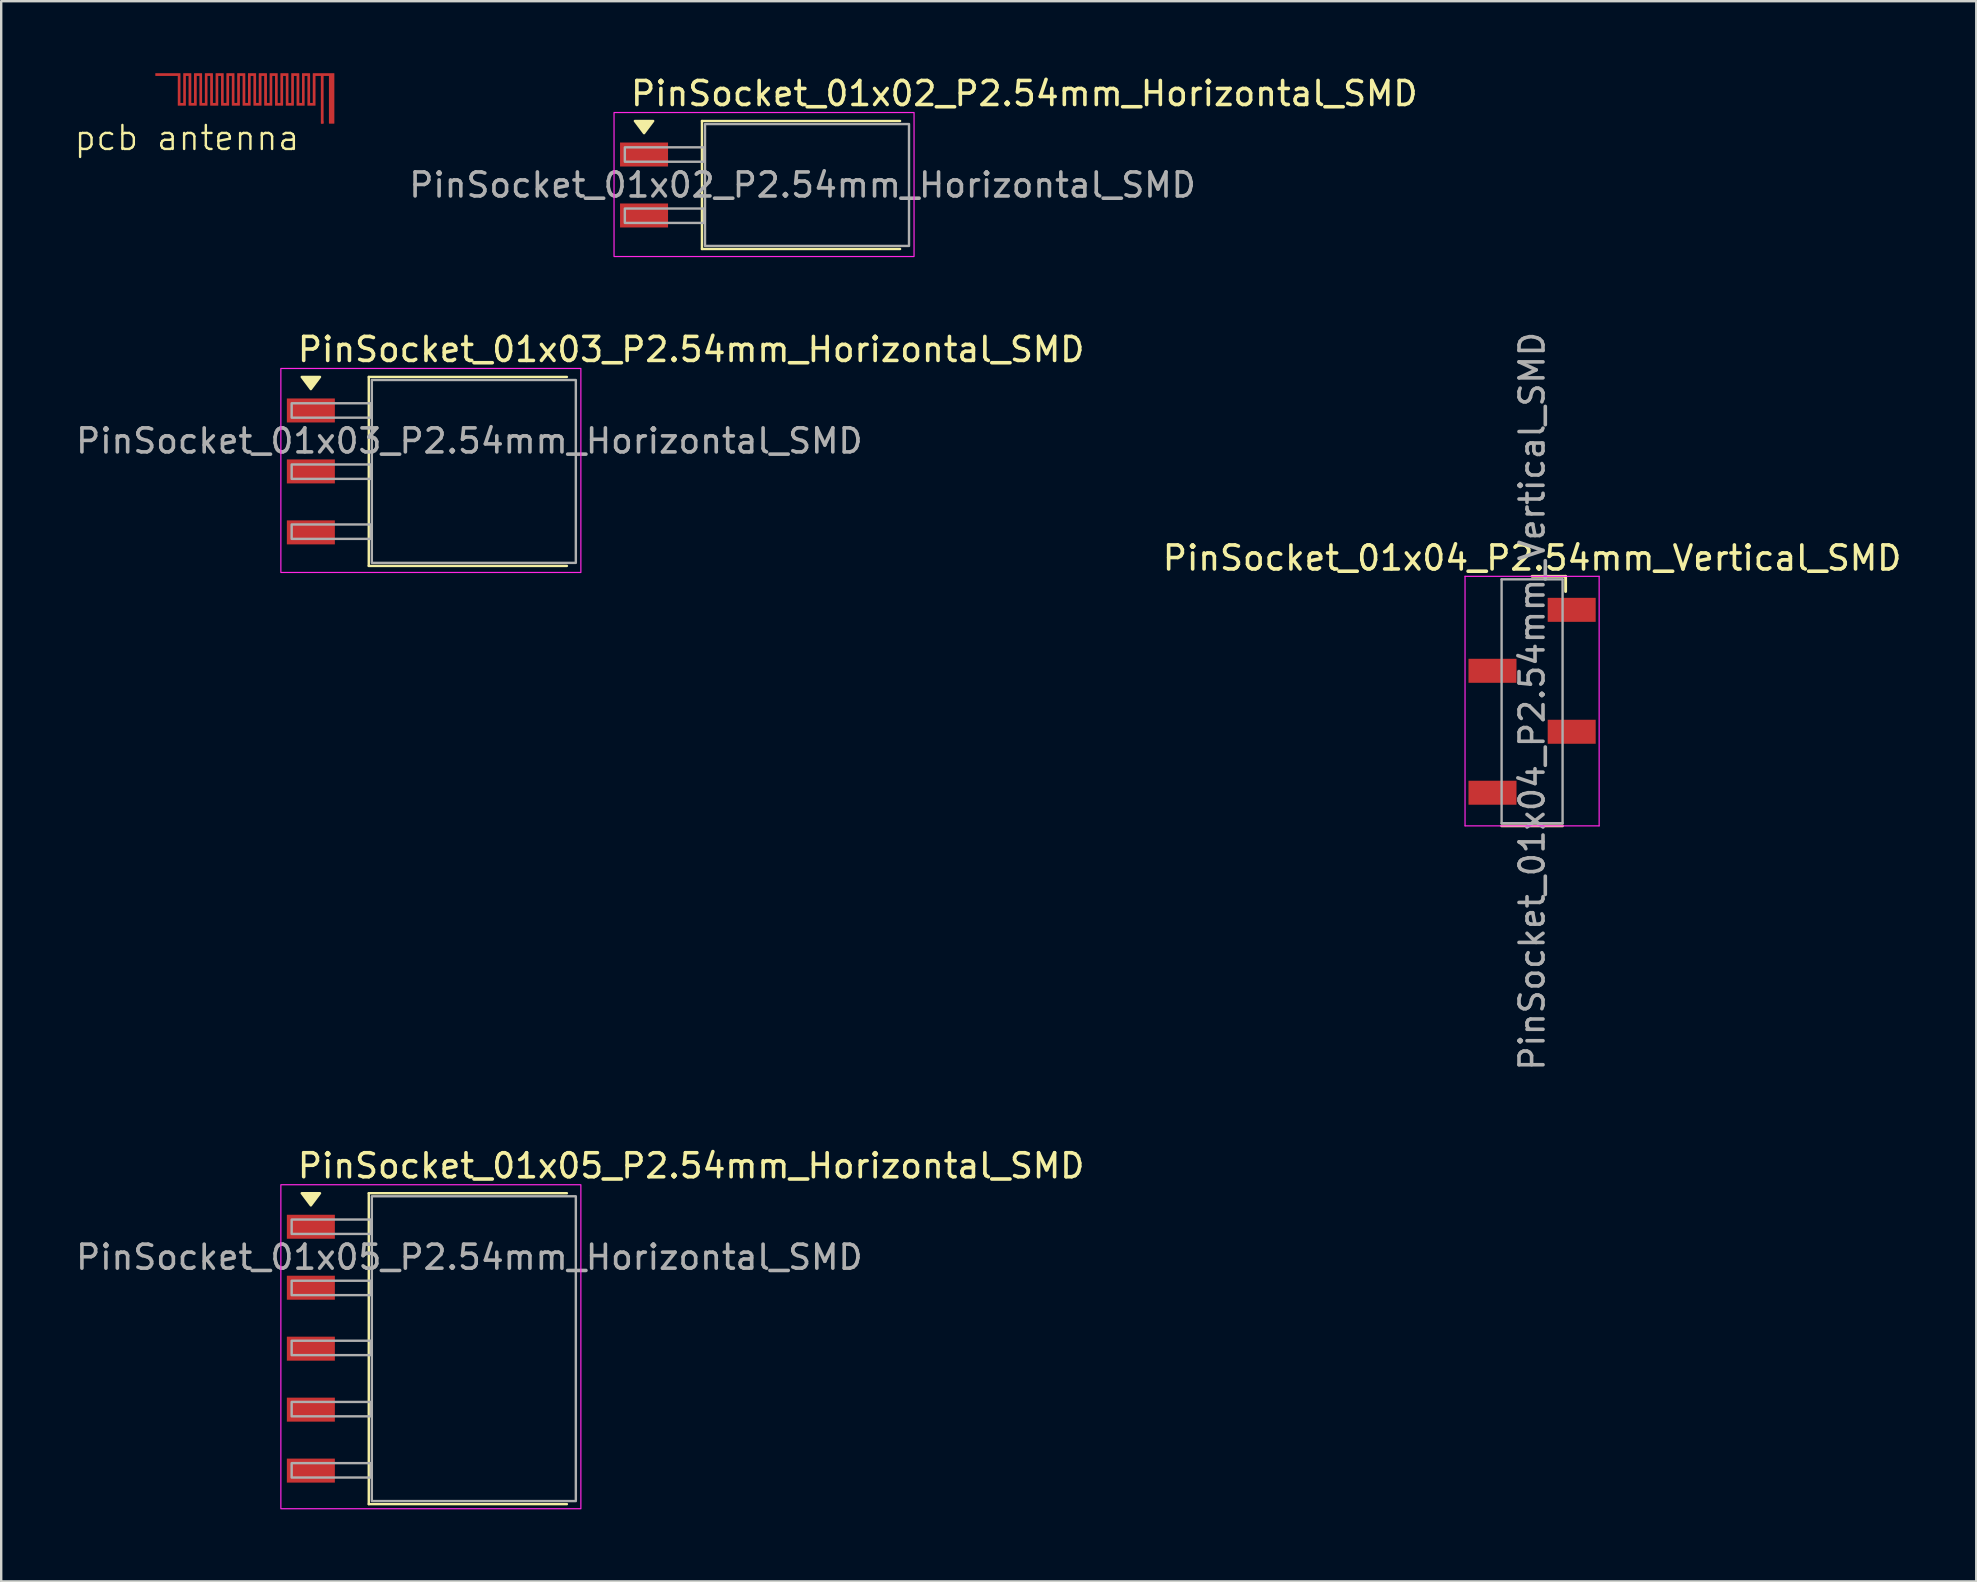
<source format=kicad_pcb>
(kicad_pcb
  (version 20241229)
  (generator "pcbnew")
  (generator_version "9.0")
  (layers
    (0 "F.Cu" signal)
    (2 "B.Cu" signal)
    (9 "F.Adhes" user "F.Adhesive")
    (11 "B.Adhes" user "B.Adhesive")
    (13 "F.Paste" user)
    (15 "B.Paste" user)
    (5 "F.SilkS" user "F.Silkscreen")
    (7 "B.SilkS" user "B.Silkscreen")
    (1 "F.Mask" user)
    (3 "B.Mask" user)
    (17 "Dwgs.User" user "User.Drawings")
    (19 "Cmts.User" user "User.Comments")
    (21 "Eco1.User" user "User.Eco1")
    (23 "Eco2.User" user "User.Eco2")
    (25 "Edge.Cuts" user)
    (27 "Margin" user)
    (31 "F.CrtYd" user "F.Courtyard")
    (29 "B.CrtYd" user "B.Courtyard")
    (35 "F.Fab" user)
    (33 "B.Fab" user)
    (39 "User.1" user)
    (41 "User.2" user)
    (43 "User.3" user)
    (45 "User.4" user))
  (footprint "PinSocket_01x04_P2.54mm_Vertical_SMD"
    (layer "F.Cu")
    (at 60.785 26.169)
    (property "Reference" "PinSocket_01x04_P2.54mm_Vertical_SMD" (at 0 -5.969 180) (layer "F.SilkS") (effects (font (size 1 1) (thickness 0.15))))
    (attr smd)
    (fp_line (start -1.27 5.19) (end 1.27 5.19) (stroke (width 0.12) (type solid)) (layer "F.SilkS"))
    (fp_line (start 1.397 -5.207) (end 0 -5.207) (stroke (width 0.12) (type solid)) (layer "F.SilkS"))
    (fp_line (start 1.397 -4.572) (end 1.397 -5.207) (stroke (width 0.12) (type solid)) (layer "F.SilkS"))
    (fp_line (start -2.794 -5.207) (end -2.794 5.19) (stroke (width 0.05) (type solid)) (layer "F.CrtYd"))
    (fp_line (start -2.794 5.19) (end 2.794 5.19) (stroke (width 0.05) (type solid)) (layer "F.CrtYd"))
    (fp_line (start 2.794 -5.207) (end -2.794 -5.207) (stroke (width 0.05) (type solid)) (layer "F.CrtYd"))
    (fp_line (start 2.794 5.19) (end 2.794 -5.207) (stroke (width 0.05) (type solid)) (layer "F.CrtYd"))
    (fp_line (start -1.27 -5.08) (end 1.27 -5.08) (stroke (width 0.1) (type solid)) (layer "F.Fab"))
    (fp_line (start -1.27 5.08) (end -1.27 -5.08) (stroke (width 0.1) (type solid)) (layer "F.Fab"))
    (fp_line (start -1.27 5.08) (end 1.27 5.08) (stroke (width 0.1) (type solid)) (layer "F.Fab"))
    (fp_line (start 1.27 -5.08) (end 1.27 5.08) (stroke (width 0.1) (type solid)) (layer "F.Fab"))
    (fp_text user "${REFERENCE}" (at 0 0 90) (layer "F.Fab") (effects (font (size 1 1) (thickness 0.15))))
    (pad "1" smd rect (at 1.65 -3.81) (size 2 1) (layers "F.Cu" "F.Mask" "F.Paste"))
    (pad "2" smd rect (at -1.65 -1.27) (size 2 1) (layers "F.Cu" "F.Mask" "F.Paste"))
    (pad "3" smd rect (at 1.65 1.27) (size 2 1) (layers "F.Cu" "F.Mask" "F.Paste"))
    (pad "4" smd rect (at -1.65 3.81) (size 2 1) (layers "F.Cu" "F.Mask" "F.Paste")))
  (footprint "PinSocket_01x03_P2.54mm_Horizontal_SMD"
    (layer "F.Cu")
    (at 9.902 14.052)
    (property "Reference" "PinSocket_01x03_P2.54mm_Horizontal_SMD" (at -0.635 -2.54 180) (layer "F.SilkS") (effects (font (size 1 1) (thickness 0.15)) (justify left)))
    (attr smd)
    (fp_line (start 2.413 -1.397) (end 2.413 6.477) (stroke (width 0.1) (type default)) (layer "F.SilkS"))
    (fp_line (start 2.413 6.477) (end 10.668 6.477) (stroke (width 0.1) (type default)) (layer "F.SilkS"))
    (fp_line (start 10.668 -1.397) (end 2.413 -1.397) (stroke (width 0.1) (type default)) (layer "F.SilkS"))
    (fp_poly (pts (xy 0 -0.889) (xy -0.381 -1.397) (xy 0.381 -1.397)) (stroke (width 0.1) (type solid)) (fill yes) (layer "F.SilkS"))
    (fp_rect (start -1.25 -1.75) (end 11.25 6.75) (stroke (width 0.05) (type default)) (fill no) (layer "F.CrtYd"))
    (fp_rect (start 2.54 -1.27) (end 11.04 6.35) (stroke (width 0.1) (type default)) (fill no) (layer "F.Fab"))
    (fp_poly (pts (xy 2.5 -0.3) (xy -0.8 -0.3) (xy -0.8 0.3) (xy 2.5 0.3)) (stroke (width 0.1) (type solid)) (fill no) (layer "F.Fab"))
    (fp_poly (pts (xy 2.5 2.25) (xy -0.8 2.25) (xy -0.8 2.85) (xy 2.5 2.85)) (stroke (width 0.1) (type solid)) (fill no) (layer "F.Fab"))
    (fp_poly (pts (xy 2.5 4.75) (xy -0.8 4.75) (xy -0.8 5.35) (xy 2.5 5.35)) (stroke (width 0.1) (type solid)) (fill no) (layer "F.Fab"))
    (fp_text user "${REFERENCE}" (at 6.604 1.27 0) (layer "F.Fab") (effects (font (size 1 1) (thickness 0.15))))
    (pad "1" smd rect (at 0 0) (size 2 1) (layers "F.Cu" "F.Mask" "F.Paste"))
    (pad "2" smd rect (at 0 2.54) (size 2 1) (layers "F.Cu" "F.Mask" "F.Paste"))
    (pad "3" smd rect (at 0 5.08) (size 2 1) (layers "F.Cu" "F.Mask" "F.Paste")))
  (footprint "PinSocket_01x02_P2.54mm_Horizontal_SMD"
    (layer "F.Cu")
    (at 23.784 3.388)
    (property "Reference" "PinSocket_01x02_P2.54mm_Horizontal_SMD" (at -0.635 -2.54 180) (layer "F.SilkS") (effects (font (size 1 1) (thickness 0.15)) (justify left)))
    (attr smd)
    (fp_line (start 2.413 -1.397) (end 2.413 3.937) (stroke (width 0.1) (type default)) (layer "F.SilkS"))
    (fp_line (start 2.413 3.937) (end 10.668 3.937) (stroke (width 0.1) (type default)) (layer "F.SilkS"))
    (fp_line (start 10.668 -1.397) (end 2.413 -1.397) (stroke (width 0.1) (type default)) (layer "F.SilkS"))
    (fp_poly (pts (xy 0 -0.889) (xy -0.381 -1.397) (xy 0.381 -1.397)) (stroke (width 0.1) (type solid)) (fill yes) (layer "F.SilkS"))
    (fp_rect (start -1.25 -1.75) (end 11.25 4.25) (stroke (width 0.05) (type default)) (fill no) (layer "F.CrtYd"))
    (fp_rect (start 2.54 -1.27) (end 11.04 3.81) (stroke (width 0.1) (type default)) (fill no) (layer "F.Fab"))
    (fp_poly (pts (xy 2.5 -0.3) (xy -0.8 -0.3) (xy -0.8 0.3) (xy 2.5 0.3)) (stroke (width 0.1) (type solid)) (fill no) (layer "F.Fab"))
    (fp_poly (pts (xy 2.5 2.25) (xy -0.8 2.25) (xy -0.8 2.85) (xy 2.5 2.85)) (stroke (width 0.1) (type solid)) (fill no) (layer "F.Fab"))
    (fp_text user "${REFERENCE}" (at 6.604 1.27 0) (layer "F.Fab") (effects (font (size 1 1) (thickness 0.15))))
    (pad "1" smd rect (at 0 0) (size 2 1) (layers "F.Cu" "F.Mask" "F.Paste"))
    (pad "2" smd rect (at 0 2.54) (size 2 1) (layers "F.Cu" "F.Mask" "F.Paste")))
  (footprint "PinSocket_01x05_P2.54mm_Horizontal_SMD"
    (layer "F.Cu")
    (at 9.902 48.063)
    (property "Reference" "PinSocket_01x05_P2.54mm_Horizontal_SMD" (at -0.635 -2.54 180) (layer "F.SilkS") (effects (font (size 1 1) (thickness 0.15)) (justify left)))
    (attr smd)
    (fp_line (start 2.413 -1.397) (end 2.413 11.557) (stroke (width 0.1) (type default)) (layer "F.SilkS"))
    (fp_line (start 2.413 11.557) (end 10.668 11.557) (stroke (width 0.1) (type default)) (layer "F.SilkS"))
    (fp_line (start 10.668 -1.397) (end 2.413 -1.397) (stroke (width 0.1) (type default)) (layer "F.SilkS"))
    (fp_poly (pts (xy 0 -0.889) (xy -0.381 -1.397) (xy 0.381 -1.397)) (stroke (width 0.1) (type solid)) (fill yes) (layer "F.SilkS"))
    (fp_rect (start -1.25 -1.75) (end 11.25 11.75) (stroke (width 0.05) (type default)) (fill no) (layer "F.CrtYd"))
    (fp_rect (start 2.54 -1.27) (end 11.04 11.43) (stroke (width 0.1) (type default)) (fill no) (layer "F.Fab"))
    (fp_poly (pts (xy 2.5 -0.3) (xy -0.8 -0.3) (xy -0.8 0.3) (xy 2.5 0.3)) (stroke (width 0.1) (type solid)) (fill no) (layer "F.Fab"))
    (fp_poly (pts (xy 2.5 2.25) (xy -0.8 2.25) (xy -0.8 2.85) (xy 2.5 2.85)) (stroke (width 0.1) (type solid)) (fill no) (layer "F.Fab"))
    (fp_poly (pts (xy 2.5 4.75) (xy -0.8 4.75) (xy -0.8 5.35) (xy 2.5 5.35)) (stroke (width 0.1) (type solid)) (fill no) (layer "F.Fab"))
    (fp_poly (pts (xy 2.5 7.3) (xy -0.8 7.3) (xy -0.8 7.9) (xy 2.5 7.9)) (stroke (width 0.1) (type solid)) (fill no) (layer "F.Fab"))
    (fp_poly (pts (xy 2.5 9.85) (xy -0.8 9.85) (xy -0.8 10.45) (xy 2.5 10.45)) (stroke (width 0.1) (type solid)) (fill no) (layer "F.Fab"))
    (fp_text user "${REFERENCE}" (at 6.604 1.27 0) (layer "F.Fab") (effects (font (size 1 1) (thickness 0.15))))
    (pad "1" smd rect (at 0 0) (size 2 1) (layers "F.Cu" "F.Mask" "F.Paste"))
    (pad "2" smd rect (at 0 2.54) (size 2 1) (layers "F.Cu" "F.Mask" "F.Paste"))
    (pad "3" smd rect (at 0 5.08) (size 2 1) (layers "F.Cu" "F.Mask" "F.Paste"))
    (pad "4" smd rect (at 0 7.62) (size 2 1) (layers "F.Cu" "F.Mask" "F.Paste"))
    (pad "5" smd rect (at 0 10.16) (size 2 1) (layers "F.Cu" "F.Mask" "F.Paste")))
  (footprint "pcb antenna"
    (layer "F.Cu")
    (at 7.22 1.238)
    (property "Reference" "pcb antenna" (at -2.48 1.46 0) (unlocked yes) (layer "F.SilkS") (effects (font (size 1 1) (thickness 0.1))))
    (attr smd)
    (fp_poly (pts (xy 3.657 -1.234) (xy 3.657 -1.234) (xy 3.657 -1.234)) (stroke (width 0) (type solid)) (fill yes) (layer "F.Cu"))
    (fp_poly (pts (xy -2.751 -1.234) (xy -2.751 0) (xy -2.636 0) (xy -2.636 -1.234) (xy -2.628 -1.238) (xy -2.307 -1.238) (xy -2.303 -1.234) (xy -2.299 -1.227) (xy -2.299 -0.00001) (xy -2.188 -0.00001) (xy -2.188 -1.227) (xy -2.184 -1.234) (xy -2.18 -1.238) (xy -1.858 -1.238) (xy -1.85 -1.234) (xy -1.85 0) (xy -1.735 0) (xy -1.735 -1.234) (xy -1.727 -1.238) (xy -1.41 -1.238) (xy -1.403 -1.234) (xy -1.398 -1.227) (xy -1.398 -0.00001) (xy -1.287 -0.00001) (xy -1.287 -1.227) (xy -1.283 -1.234) (xy -1.28 -1.238) (xy -0.957 -1.238) (xy -0.954 -1.234) (xy -0.95 -1.227) (xy -0.95 -0.00001) (xy -0.838 -0.00001) (xy -0.838 -1.227) (xy -0.834 -1.234) (xy -0.827 -1.238) (xy -0.51 -1.238) (xy -0.501 -1.234) (xy -0.501 0) (xy -0.387 0) (xy -0.387 -1.234) (xy -0.378 -1.238) (xy -0.057 -1.238) (xy -0.053 -1.234) (xy -0.049 -1.227) (xy -0.049 -0.00001) (xy 0.062 -0.00001) (xy 0.062 -1.227) (xy 0.066 -1.234) (xy 0.07 -1.238) (xy 0.392 -1.238) (xy 0.4 -1.234) (xy 0.4 0) (xy 0.51 0) (xy 0.51 -1.227) (xy 0.515 -1.234) (xy 0.523 -1.238) (xy 0.84 -1.238) (xy 0.848 -1.234) (xy 0.853 -1.227) (xy 0.853 0) (xy 0.963 0) (xy 0.963 -1.227) (xy 0.967 -1.234) (xy 0.971 -1.238) (xy 1.293 -1.238) (xy 1.297 -1.234) (xy 1.3 -1.227) (xy 1.3 0) (xy 1.412 0) (xy 1.412 -1.227) (xy 1.416 -1.234) (xy 1.42 -1.238) (xy 1.741 -1.238) (xy 1.749 -1.234) (xy 1.749 0.000011) (xy 1.864 0.000011) (xy 1.864 -1.234) (xy 1.872 -1.238) (xy 2.193 -1.238) (xy 2.197 -1.234) (xy 2.201 -1.227) (xy 2.201 0) (xy 2.313 0) (xy 2.313 -1.227) (xy 2.317 -1.234) (xy 2.32 -1.238) (xy 2.641 -1.238) (xy 2.646 -1.234) (xy 2.65 -1.227) (xy 2.65 0) (xy 2.761 0) (xy 2.761 -1.227) (xy 2.764 -1.234) (xy 2.773 -1.238) (xy 3.654 -1.238) (xy 3.657 -1.234) (xy 3.661 -1.227) (xy 3.661 0.854) (xy 3.657 0.861) (xy 3.654 0.865) (xy 3.448 0.865) (xy 3.439 0.861) (xy 3.435 0.854) (xy 3.435 -1.123) (xy 3.213 -1.123) (xy 3.213 0.854) (xy 3.21 0.861) (xy 3.206 0.865) (xy 3.111 0.865) (xy 3.102 0.861) (xy 3.098 0.854) (xy 3.098 -1.123) (xy 2.876 -1.123) (xy 2.876 0.103) (xy 2.872 0.112) (xy 2.868 0.115) (xy 2.546 0.115) (xy 2.539 0.112) (xy 2.539 -1.123) (xy 2.423 -1.123) (xy 2.423 0.112) (xy 2.416 0.115) (xy 2.098 0.115) (xy 2.091 0.112) (xy 2.086 0.103) (xy 2.086 -1.123) (xy 1.975 -1.123) (xy 1.975 0.103) (xy 1.971 0.112) (xy 1.968 0.115) (xy 1.646 0.115) (xy 1.642 0.112) (xy 1.638 0.103) (xy 1.638 -1.123) (xy 1.526 -1.123) (xy 1.526 0.103) (xy 1.523 0.112) (xy 1.515 0.115) (xy 1.198 0.115) (xy 1.189 0.112) (xy 1.189 -1.123) (xy 1.075 -1.123) (xy 1.075 0.112) (xy 1.066 0.115) (xy 0.745 0.115) (xy 0.741 0.112) (xy 0.737 0.103) (xy 0.737 -1.123) (xy 0.626 -1.123) (xy 0.626 0.103) (xy 0.622 0.112) (xy 0.618 0.115) (xy 0.297 0.115) (xy 0.288 0.112) (xy 0.288 -1.123) (xy 0.174 -1.123) (xy 0.174 0.112) (xy 0.165 0.115) (xy -0.152 0.115) (xy -0.16 0.112) (xy -0.163 0.103) (xy -0.163 -1.123) (xy -0.275 -1.123) (xy -0.275 0.103) (xy -0.279 0.112) (xy -0.283 0.115) (xy -0.605 0.115) (xy -0.609 0.112) (xy -0.612 0.103) (xy -0.612 -1.123) (xy -0.724 -1.123) (xy -0.724 0.103) (xy -0.728 0.112) (xy -0.732 0.115) (xy -1.053 0.115) (xy -1.06 0.112) (xy -1.06 -1.123) (xy -1.176 -1.123) (xy -1.176 0.112) (xy -1.183 0.115) (xy -1.505 0.115) (xy -1.509 0.112) (xy -1.513 0.103) (xy -1.513 -1.123) (xy -1.625 -1.123) (xy -1.625 0.103) (xy -1.628 0.112) (xy -1.632 0.115) (xy -1.953 0.115) (xy -1.958 0.112) (xy -1.962 0.103) (xy -1.962 -1.123) (xy -2.073 -1.123) (xy -2.073 0.103) (xy -2.076 0.112) (xy -2.085 0.115) (xy -2.402 0.115) (xy -2.41 0.112) (xy -2.414 0.103) (xy -2.414 -1.123) (xy -2.525 -1.123) (xy -2.525 0.112) (xy -2.533 0.115) (xy -2.855 0.115) (xy -2.859 0.112) (xy -2.863 0.103) (xy -2.863 -1.123) (xy -3.791 -1.123) (xy -3.795 -1.128) (xy -3.799 -1.131) (xy -3.799 -1.227) (xy -3.795 -1.234) (xy -3.791 -1.238) (xy -2.759 -1.238)) (stroke (width 0) (type solid)) (fill yes) (layer "F.Cu"))
    (pad "1" smd roundrect (at 3.155 0.81) (size 0.096 0.093) (layers "F.Cu" "F.Mask" "F.Paste") (roundrect_rratio 0.15)))
  (gr_rect
    (start -3 -3)
    (end 79.291 62.838)
    (stroke (width 0.1) (type default))
    (fill no)
    (layer "Edge.Cuts")))
</source>
